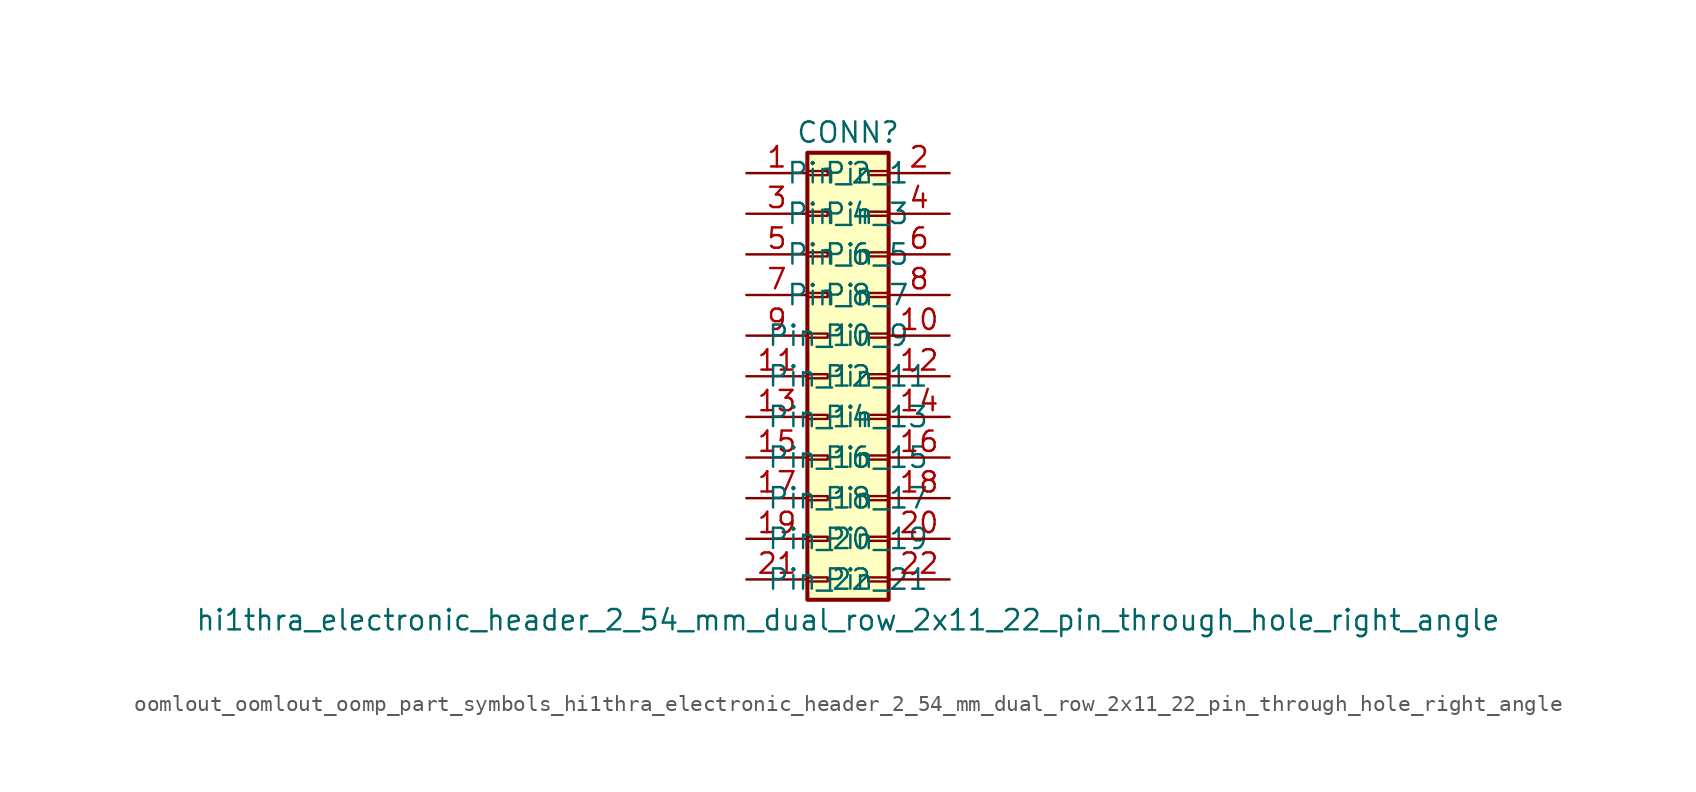
<source format=kicad_sym>
(kicad_symbol_lib
  (version 20220914)
  (generator kicad_symbol_editor)
  (symbol "oomlout_oomlout_oomp_part_symbols_hi1thra_electronic_header_2_54_mm_dual_row_2x11_22_pin_through_hole_right_angle"
    (pin_names
      (offset 1.016))
    (property "Reference" "CONN"
      (at 1.27 15.24 0)
      (effects (font (size 1.27 1.27))))
    (property "Value" "hi1thra_electronic_header_2_54_mm_dual_row_2x11_22_pin_through_hole_right_angle"
      (at 1.27 -15.24 0)
      (effects (font (size 1.27 1.27))))
    (symbol "oomlout_oomlout_oomp_part_symbols_hi1thra_electronic_header_2_54_mm_dual_row_2x11_22_pin_through_hole_right_angle_1_1"
      (rectangle (start -1.27 -12.573) (end 0 -12.827) (stroke (width 0.152) (type default)) (fill (type none)))
      (rectangle (start -1.27 -10.033) (end 0 -10.287) (stroke (width 0.152) (type default)) (fill (type none)))
      (rectangle (start -1.27 -7.493) (end 0 -7.747) (stroke (width 0.152) (type default)) (fill (type none)))
      (rectangle (start -1.27 -4.953) (end 0 -5.207) (stroke (width 0.152) (type default)) (fill (type none)))
      (rectangle (start -1.27 -2.413) (end 0 -2.667) (stroke (width 0.152) (type default)) (fill (type none)))
      (rectangle (start -1.27 0.127) (end 0 -0.127) (stroke (width 0.152) (type default)) (fill (type none)))
      (rectangle (start -1.27 2.667) (end 0 2.413) (stroke (width 0.152) (type default)) (fill (type none)))
      (rectangle (start -1.27 5.207) (end 0 4.953) (stroke (width 0.152) (type default)) (fill (type none)))
      (rectangle (start -1.27 7.747) (end 0 7.493) (stroke (width 0.152) (type default)) (fill (type none)))
      (rectangle (start -1.27 10.287) (end 0 10.033) (stroke (width 0.152) (type default)) (fill (type none)))
      (rectangle (start -1.27 12.827) (end 0 12.573) (stroke (width 0.152) (type default)) (fill (type none)))
      (rectangle (start -1.27 13.97) (end 3.81 -13.97) (stroke (width 0.254) (type default)) (fill (type background)))
      (rectangle (start 3.81 -12.573) (end 2.54 -12.827) (stroke (width 0.152) (type default)) (fill (type none)))
      (rectangle (start 3.81 -10.033) (end 2.54 -10.287) (stroke (width 0.152) (type default)) (fill (type none)))
      (rectangle (start 3.81 -7.493) (end 2.54 -7.747) (stroke (width 0.152) (type default)) (fill (type none)))
      (rectangle (start 3.81 -4.953) (end 2.54 -5.207) (stroke (width 0.152) (type default)) (fill (type none)))
      (rectangle (start 3.81 -2.413) (end 2.54 -2.667) (stroke (width 0.152) (type default)) (fill (type none)))
      (rectangle (start 3.81 0.127) (end 2.54 -0.127) (stroke (width 0.152) (type default)) (fill (type none)))
      (rectangle (start 3.81 2.667) (end 2.54 2.413) (stroke (width 0.152) (type default)) (fill (type none)))
      (rectangle (start 3.81 5.207) (end 2.54 4.953) (stroke (width 0.152) (type default)) (fill (type none)))
      (rectangle (start 3.81 7.747) (end 2.54 7.493) (stroke (width 0.152) (type default)) (fill (type none)))
      (rectangle (start 3.81 10.287) (end 2.54 10.033) (stroke (width 0.152) (type default)) (fill (type none)))
      (rectangle (start 3.81 12.827) (end 2.54 12.573) (stroke (width 0.152) (type default)) (fill (type none)))
      (pin passive line (at -5.08 12.7 0) (length 3.81) (name "Pin_1" (effects (font (size 1.27 1.27)))) (number "1" (effects (font (size 1.27 1.27)))))
      (pin passive line (at 7.62 2.54 180) (length 3.81) (name "Pin_10" (effects (font (size 1.27 1.27)))) (number "10" (effects (font (size 1.27 1.27)))))
      (pin passive line (at -5.08 0 0) (length 3.81) (name "Pin_11" (effects (font (size 1.27 1.27)))) (number "11" (effects (font (size 1.27 1.27)))))
      (pin passive line (at 7.62 0 180) (length 3.81) (name "Pin_12" (effects (font (size 1.27 1.27)))) (number "12" (effects (font (size 1.27 1.27)))))
      (pin passive line (at -5.08 -2.54 0) (length 3.81) (name "Pin_13" (effects (font (size 1.27 1.27)))) (number "13" (effects (font (size 1.27 1.27)))))
      (pin passive line (at 7.62 -2.54 180) (length 3.81) (name "Pin_14" (effects (font (size 1.27 1.27)))) (number "14" (effects (font (size 1.27 1.27)))))
      (pin passive line (at -5.08 -5.08 0) (length 3.81) (name "Pin_15" (effects (font (size 1.27 1.27)))) (number "15" (effects (font (size 1.27 1.27)))))
      (pin passive line (at 7.62 -5.08 180) (length 3.81) (name "Pin_16" (effects (font (size 1.27 1.27)))) (number "16" (effects (font (size 1.27 1.27)))))
      (pin passive line (at -5.08 -7.62 0) (length 3.81) (name "Pin_17" (effects (font (size 1.27 1.27)))) (number "17" (effects (font (size 1.27 1.27)))))
      (pin passive line (at 7.62 -7.62 180) (length 3.81) (name "Pin_18" (effects (font (size 1.27 1.27)))) (number "18" (effects (font (size 1.27 1.27)))))
      (pin passive line (at -5.08 -10.16 0) (length 3.81) (name "Pin_19" (effects (font (size 1.27 1.27)))) (number "19" (effects (font (size 1.27 1.27)))))
      (pin passive line (at 7.62 12.7 180) (length 3.81) (name "Pin_2" (effects (font (size 1.27 1.27)))) (number "2" (effects (font (size 1.27 1.27)))))
      (pin passive line (at 7.62 -10.16 180) (length 3.81) (name "Pin_20" (effects (font (size 1.27 1.27)))) (number "20" (effects (font (size 1.27 1.27)))))
      (pin passive line (at -5.08 -12.7 0) (length 3.81) (name "Pin_21" (effects (font (size 1.27 1.27)))) (number "21" (effects (font (size 1.27 1.27)))))
      (pin passive line (at 7.62 -12.7 180) (length 3.81) (name "Pin_22" (effects (font (size 1.27 1.27)))) (number "22" (effects (font (size 1.27 1.27)))))
      (pin passive line (at -5.08 10.16 0) (length 3.81) (name "Pin_3" (effects (font (size 1.27 1.27)))) (number "3" (effects (font (size 1.27 1.27)))))
      (pin passive line (at 7.62 10.16 180) (length 3.81) (name "Pin_4" (effects (font (size 1.27 1.27)))) (number "4" (effects (font (size 1.27 1.27)))))
      (pin passive line (at -5.08 7.62 0) (length 3.81) (name "Pin_5" (effects (font (size 1.27 1.27)))) (number "5" (effects (font (size 1.27 1.27)))))
      (pin passive line (at 7.62 7.62 180) (length 3.81) (name "Pin_6" (effects (font (size 1.27 1.27)))) (number "6" (effects (font (size 1.27 1.27)))))
      (pin passive line (at -5.08 5.08 0) (length 3.81) (name "Pin_7" (effects (font (size 1.27 1.27)))) (number "7" (effects (font (size 1.27 1.27)))))
      (pin passive line (at 7.62 5.08 180) (length 3.81) (name "Pin_8" (effects (font (size 1.27 1.27)))) (number "8" (effects (font (size 1.27 1.27)))))
      (pin passive line (at -5.08 2.54 0) (length 3.81) (name "Pin_9" (effects (font (size 1.27 1.27)))) (number "9" (effects (font (size 1.27 1.27))))))))
</source>
